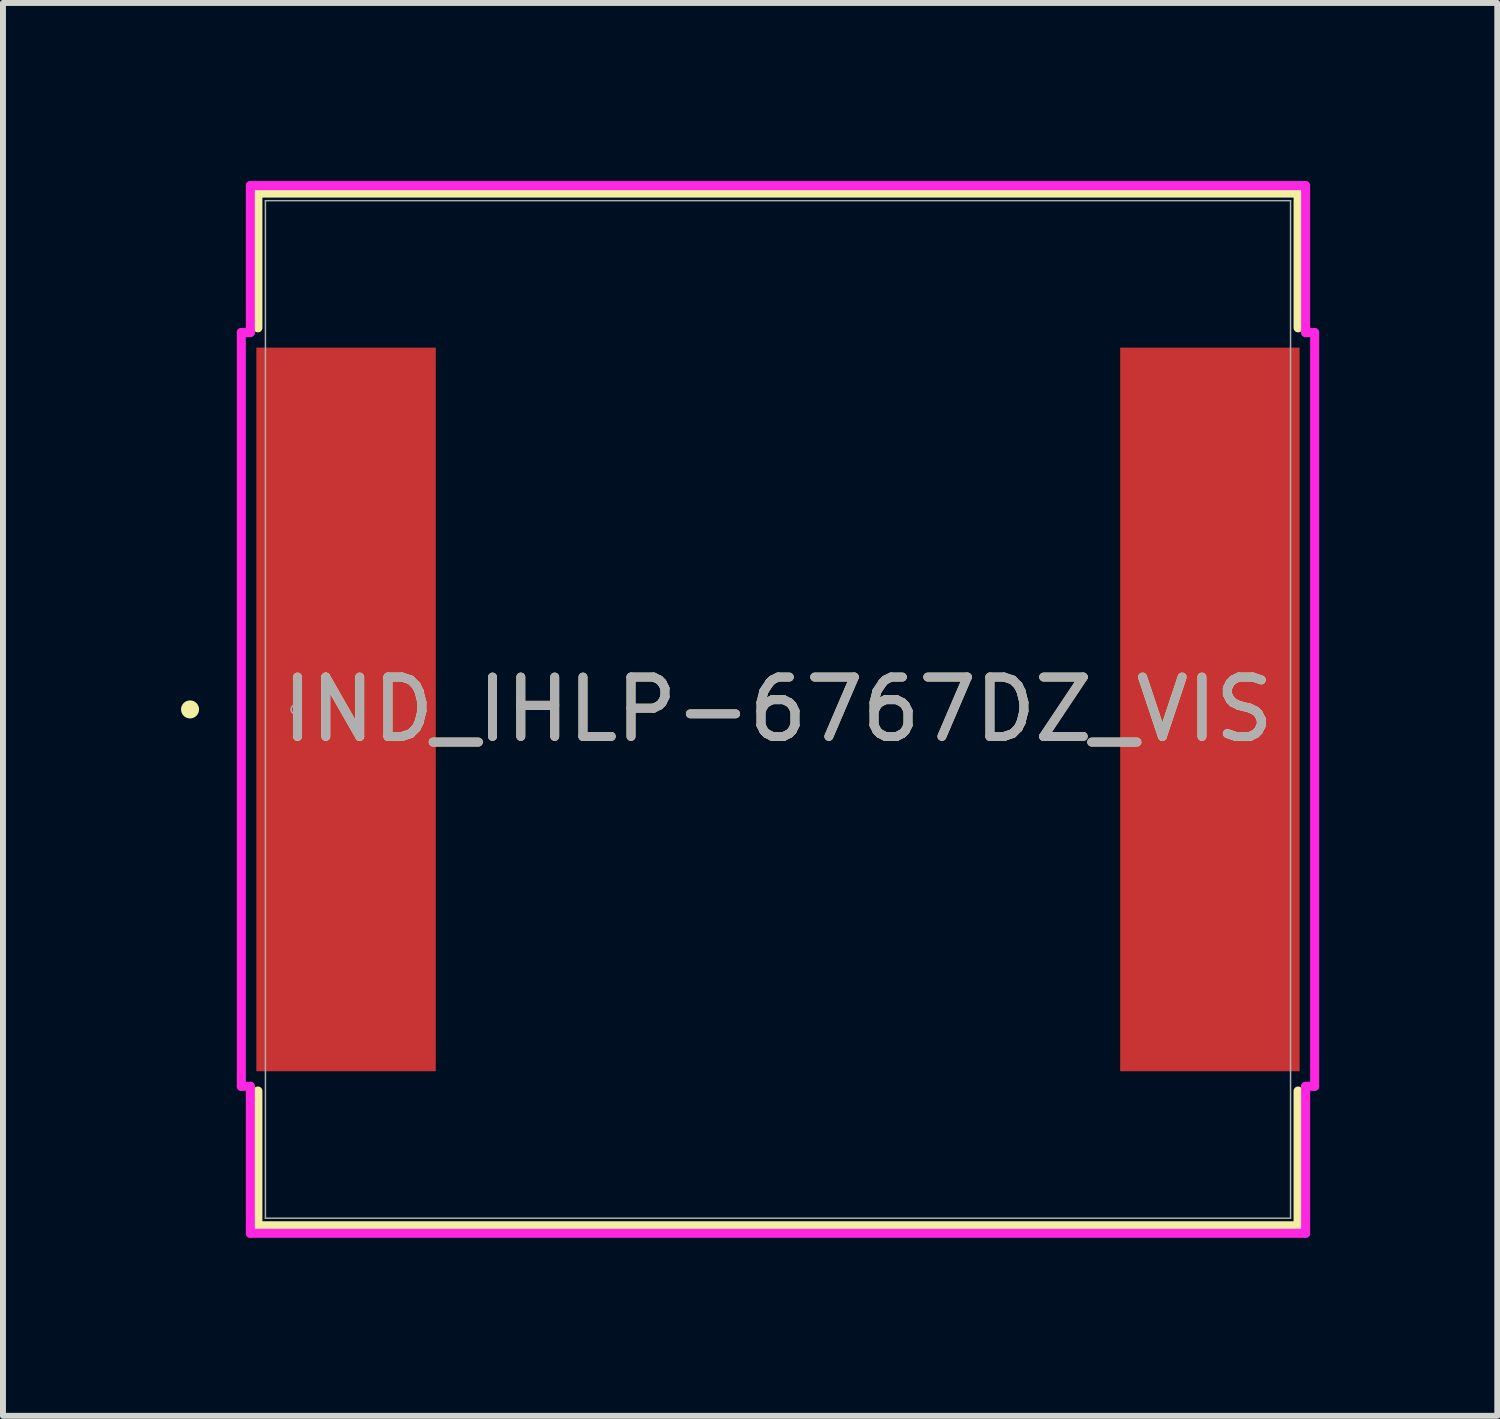
<source format=kicad_pcb>
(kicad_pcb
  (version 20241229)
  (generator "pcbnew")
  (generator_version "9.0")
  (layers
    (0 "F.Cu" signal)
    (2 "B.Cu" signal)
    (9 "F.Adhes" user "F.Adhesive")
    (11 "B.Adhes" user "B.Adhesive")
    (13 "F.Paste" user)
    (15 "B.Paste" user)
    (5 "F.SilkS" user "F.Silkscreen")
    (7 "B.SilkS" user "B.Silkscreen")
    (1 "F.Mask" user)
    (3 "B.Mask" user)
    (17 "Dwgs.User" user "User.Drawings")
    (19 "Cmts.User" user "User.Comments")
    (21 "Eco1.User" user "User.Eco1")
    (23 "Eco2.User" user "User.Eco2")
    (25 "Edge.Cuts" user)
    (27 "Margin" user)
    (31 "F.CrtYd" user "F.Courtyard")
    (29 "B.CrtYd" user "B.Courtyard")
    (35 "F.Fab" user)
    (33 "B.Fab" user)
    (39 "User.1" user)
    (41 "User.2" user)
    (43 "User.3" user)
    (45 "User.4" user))
  (footprint "IND_IHLP-6767DZ_VIS"
    (layer "F.Cu")
    (at 10.058 8.903)
    (property "Reference" "IND_IHLP-6767DZ_VIS" (at 0 0 0) (unlocked yes) (layer "F.SilkS") (effects (font (size 1 1) (thickness 0.15))))
    (attr smd)
    (fp_line (start -8.763 -8.7) (end -8.763 -6.429) (stroke (width 0.152) (type solid)) (layer "F.SilkS"))
    (fp_line (start -8.763 6.429) (end -8.763 8.7) (stroke (width 0.152) (type solid)) (layer "F.SilkS"))
    (fp_line (start -8.763 8.7) (end 8.763 8.7) (stroke (width 0.152) (type solid)) (layer "F.SilkS"))
    (fp_line (start 8.763 -8.7) (end -8.763 -8.7) (stroke (width 0.152) (type solid)) (layer "F.SilkS"))
    (fp_line (start 8.763 -6.429) (end 8.763 -8.7) (stroke (width 0.152) (type solid)) (layer "F.SilkS"))
    (fp_line (start 8.763 8.7) (end 8.763 6.429) (stroke (width 0.152) (type solid)) (layer "F.SilkS"))
    (fp_circle (center -9.906 0) (end -9.83 0) (stroke (width 0.152) (type solid)) (fill no) (layer "F.SilkS"))
    (fp_line (start -9.042 -6.35) (end -8.89 -6.35) (stroke (width 0.152) (type solid)) (layer "F.CrtYd"))
    (fp_line (start -9.042 6.35) (end -9.042 -6.35) (stroke (width 0.152) (type solid)) (layer "F.CrtYd"))
    (fp_line (start -8.89 -8.826) (end 8.89 -8.826) (stroke (width 0.152) (type solid)) (layer "F.CrtYd"))
    (fp_line (start -8.89 -6.35) (end -8.89 -8.826) (stroke (width 0.152) (type solid)) (layer "F.CrtYd"))
    (fp_line (start -8.89 6.35) (end -9.042 6.35) (stroke (width 0.152) (type solid)) (layer "F.CrtYd"))
    (fp_line (start -8.89 8.826) (end -8.89 6.35) (stroke (width 0.152) (type solid)) (layer "F.CrtYd"))
    (fp_line (start 8.89 -8.826) (end 8.89 -6.35) (stroke (width 0.152) (type solid)) (layer "F.CrtYd"))
    (fp_line (start 8.89 -6.35) (end 9.042 -6.35) (stroke (width 0.152) (type solid)) (layer "F.CrtYd"))
    (fp_line (start 8.89 6.35) (end 8.89 8.826) (stroke (width 0.152) (type solid)) (layer "F.CrtYd"))
    (fp_line (start 8.89 8.826) (end -8.89 8.826) (stroke (width 0.152) (type solid)) (layer "F.CrtYd"))
    (fp_line (start 9.042 -6.35) (end 9.042 6.35) (stroke (width 0.152) (type solid)) (layer "F.CrtYd"))
    (fp_line (start 9.042 6.35) (end 8.89 6.35) (stroke (width 0.152) (type solid)) (layer "F.CrtYd"))
    (fp_line (start -8.636 -8.572) (end -8.636 8.572) (stroke (width 0.025) (type solid)) (layer "F.Fab"))
    (fp_line (start -8.636 8.572) (end 8.636 8.572) (stroke (width 0.025) (type solid)) (layer "F.Fab"))
    (fp_line (start 8.636 -8.572) (end -8.636 -8.572) (stroke (width 0.025) (type solid)) (layer "F.Fab"))
    (fp_line (start 8.636 8.572) (end 8.636 -8.572) (stroke (width 0.025) (type solid)) (layer "F.Fab"))
    (fp_circle (center -8.128 0) (end -8.052 0) (stroke (width 0.025) (type solid)) (fill no) (layer "F.Fab"))
    (fp_text user "${REFERENCE}" (at 0 0 0) (unlocked yes) (layer "F.Fab") (effects (font (size 1 1) (thickness 0.15))))
    (pad "1" smd rect (at -7.277 0 90) (size 12.192 3.023) (layers "F.Cu" "F.Mask" "F.Paste"))
    (pad "2" smd rect (at 7.277 0 90) (size 12.192 3.023) (layers "F.Cu" "F.Mask" "F.Paste"))
    (zone (net_name "") (layer "F.Cu") (hatch full 0.508) (connect_pads) (min_thickness 0.254) (filled_areas_thickness no) (keepout (tracks not_allowed) (vias not_allowed) (pads allowed) (copperpour not_allowed) (footprints allowed)) (placement (enabled no)) (fill) (polygon (pts (xy 1.473 0.381) (xy 18.644 0.381) (xy 18.644 2.756) (xy 1.473 2.756))))
    (zone (net_name "") (layer "F.Cu") (hatch full 0.508) (connect_pads) (min_thickness 0.254) (filled_areas_thickness no) (keepout (tracks not_allowed) (vias not_allowed) (pads allowed) (copperpour not_allowed) (footprints allowed)) (placement (enabled no)) (fill) (polygon (pts (xy 1.473 15.05) (xy 18.644 15.05) (xy 18.644 17.424) (xy 1.473 17.424))))
    (zone (net_name "") (layer "F.Cu") (hatch full 0.508) (connect_pads) (min_thickness 0.254) (filled_areas_thickness no) (keepout (tracks not_allowed) (vias not_allowed) (pads allowed) (copperpour not_allowed) (footprints allowed)) (placement (enabled no)) (fill) (polygon (pts (xy 4.343 2.756) (xy 15.773 2.756) (xy 15.773 15.05) (xy 4.343 15.05)))))
  (gr_rect
    (start -3 -3)
    (end 22.177 20.805)
    (stroke (width 0.1) (type default))
    (fill no)
    (layer "Edge.Cuts")))
</source>
